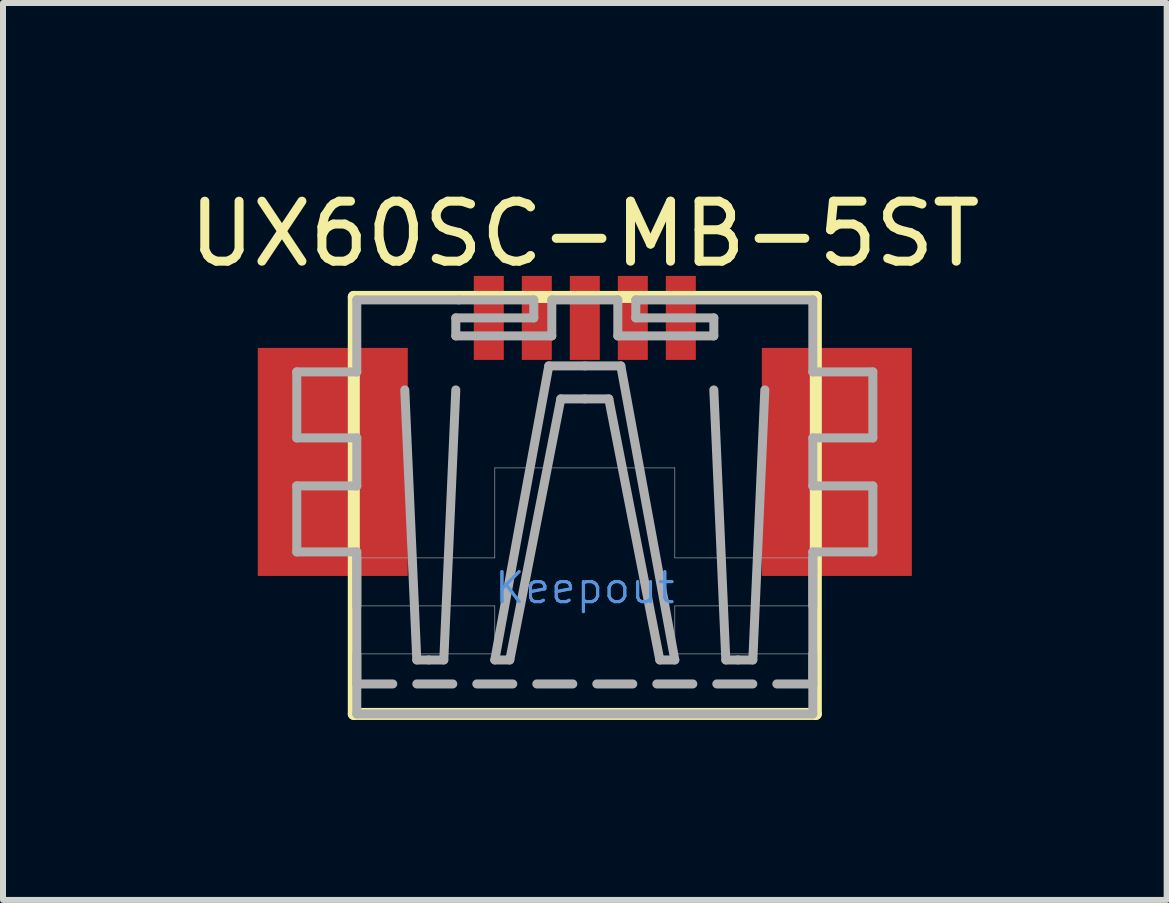
<source format=kicad_pcb>
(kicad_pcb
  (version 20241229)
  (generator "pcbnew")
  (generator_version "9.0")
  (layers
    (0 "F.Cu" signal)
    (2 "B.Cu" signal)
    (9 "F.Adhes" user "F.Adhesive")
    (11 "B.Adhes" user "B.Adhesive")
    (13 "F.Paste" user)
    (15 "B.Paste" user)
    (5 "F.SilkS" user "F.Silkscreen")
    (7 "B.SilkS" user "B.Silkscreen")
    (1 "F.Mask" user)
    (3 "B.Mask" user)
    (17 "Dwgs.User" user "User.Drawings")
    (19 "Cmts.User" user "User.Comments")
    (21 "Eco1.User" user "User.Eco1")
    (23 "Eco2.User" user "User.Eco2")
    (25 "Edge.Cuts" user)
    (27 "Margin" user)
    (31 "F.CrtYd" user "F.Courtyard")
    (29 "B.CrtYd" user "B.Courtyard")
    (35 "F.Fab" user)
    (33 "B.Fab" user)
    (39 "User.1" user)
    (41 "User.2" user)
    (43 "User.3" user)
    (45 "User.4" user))
  (footprint "UX60SC-MB-5ST"
    (layer "F.Cu")
    (at 6.696 8.348)
    (property "Reference" "UX60SC-MB-5ST" (at 0 -7.5 0) (layer "F.SilkS") (effects (font (size 1 1) (thickness 0.15))))
    (attr through_hole)
    (fp_line (start -3.85 -6.45) (end -3.85 0.5) (stroke (width 0.2) (type solid)) (layer "F.SilkS"))
    (fp_line (start -3.85 0.5) (end 3.85 0.5) (stroke (width 0.2) (type solid)) (layer "F.SilkS"))
    (fp_line (start 3.85 -6.45) (end -3.85 -6.45) (stroke (width 0.2) (type solid)) (layer "F.SilkS"))
    (fp_line (start 3.85 0.5) (end 3.85 -6.45) (stroke (width 0.2) (type solid)) (layer "F.SilkS"))
    (fp_line (start -4.8 -5.2) (end -4.8 -4.1) (stroke (width 0.15) (type solid)) (layer "F.Fab"))
    (fp_line (start -4.8 -4.1) (end -3.8 -4.1) (stroke (width 0.15) (type solid)) (layer "F.Fab"))
    (fp_line (start -4.8 -3.3) (end -4.8 -2.2) (stroke (width 0.15) (type solid)) (layer "F.Fab"))
    (fp_line (start -4.8 -2.2) (end -3.8 -2.2) (stroke (width 0.15) (type solid)) (layer "F.Fab"))
    (fp_line (start -3.8 -6.4) (end -3.8 -5.2) (stroke (width 0.15) (type solid)) (layer "F.Fab"))
    (fp_line (start -3.8 -6.4) (end -2.1 -6.4) (stroke (width 0.15) (type solid)) (layer "F.Fab"))
    (fp_line (start -3.8 -5.2) (end -4.8 -5.2) (stroke (width 0.15) (type solid)) (layer "F.Fab"))
    (fp_line (start -3.8 -4.1) (end -3.8 -3.3) (stroke (width 0.15) (type solid)) (layer "F.Fab"))
    (fp_line (start -3.8 -3.3) (end -4.8 -3.3) (stroke (width 0.15) (type solid)) (layer "F.Fab"))
    (fp_line (start -3.8 -2.2) (end -3.8 0.5) (stroke (width 0.15) (type solid)) (layer "F.Fab"))
    (fp_line (start -3.8 -2.1) (end -3.8 -1.3) (stroke (width 0.15) (type solid)) (layer "F.Fab"))
    (fp_line (start -3.8 -1.3) (end -1.5 -1.3) (stroke (width 0.01) (type solid)) (layer "F.Fab"))
    (fp_line (start -3.8 -0.5) (end -3.8 0) (stroke (width 0.15) (type solid)) (layer "F.Fab"))
    (fp_line (start -3.8 0) (end -3.2 0) (stroke (width 0.15) (type solid)) (layer "F.Fab"))
    (fp_line (start -3.8 0.5) (end 3.8 0.5) (stroke (width 0.15) (type solid)) (layer "F.Fab"))
    (fp_line (start -3 -4.9) (end -2.8 -0.4) (stroke (width 0.15) (type solid)) (layer "F.Fab"))
    (fp_line (start -2.8 -0.4) (end -2.6 -0.4) (stroke (width 0.15) (type solid)) (layer "F.Fab"))
    (fp_line (start -2.8 0) (end -2.2 0) (stroke (width 0.15) (type solid)) (layer "F.Fab"))
    (fp_line (start -2.35 -0.4) (end -2.6 -0.4) (stroke (width 0.15) (type solid)) (layer "F.Fab"))
    (fp_line (start -2.15 -6.1) (end -2.15 -5.8) (stroke (width 0.15) (type solid)) (layer "F.Fab"))
    (fp_line (start -2.15 -5.8) (end -0.55 -5.8) (stroke (width 0.15) (type solid)) (layer "F.Fab"))
    (fp_line (start -2.15 -4.9) (end -2.35 -0.4) (stroke (width 0.15) (type solid)) (layer "F.Fab"))
    (fp_line (start -2.1 -6.4) (end -0.85 -6.4) (stroke (width 0.15) (type solid)) (layer "F.Fab"))
    (fp_line (start -1.8 0) (end -1.2 0) (stroke (width 0.15) (type solid)) (layer "F.Fab"))
    (fp_line (start -1.5 -3.6) (end 1.5 -3.6) (stroke (width 0.01) (type solid)) (layer "F.Fab"))
    (fp_line (start -1.5 -2.1) (end -3.8 -2.1) (stroke (width 0.01) (type solid)) (layer "F.Fab"))
    (fp_line (start -1.5 -2.1) (end -1.5 -3.6) (stroke (width 0.01) (type solid)) (layer "F.Fab"))
    (fp_line (start -1.5 -1.3) (end -1.5 -0.5) (stroke (width 0.01) (type solid)) (layer "F.Fab"))
    (fp_line (start -1.5 -0.5) (end -3.8 -0.5) (stroke (width 0.01) (type solid)) (layer "F.Fab"))
    (fp_line (start -1.5 -0.4) (end -1.25 -0.4) (stroke (width 0.15) (type solid)) (layer "F.Fab"))
    (fp_line (start -1.25 -0.4) (end -0.4 -4.75) (stroke (width 0.15) (type solid)) (layer "F.Fab"))
    (fp_line (start -0.85 -6.4) (end -0.85 -6.1) (stroke (width 0.15) (type solid)) (layer "F.Fab"))
    (fp_line (start -0.85 -6.1) (end -2.15 -6.1) (stroke (width 0.15) (type solid)) (layer "F.Fab"))
    (fp_line (start -0.8 0) (end -0.2 0) (stroke (width 0.15) (type solid)) (layer "F.Fab"))
    (fp_line (start -0.6 -5.3) (end -1.5 -0.4) (stroke (width 0.15) (type solid)) (layer "F.Fab"))
    (fp_line (start -0.55 -6.4) (end 0.55 -6.4) (stroke (width 0.15) (type solid)) (layer "F.Fab"))
    (fp_line (start -0.55 -5.8) (end -0.55 -6.4) (stroke (width 0.15) (type solid)) (layer "F.Fab"))
    (fp_line (start -0.4 -4.75) (end 0 -4.75) (stroke (width 0.15) (type solid)) (layer "F.Fab"))
    (fp_line (start 0 -5.3) (end -0.6 -5.3) (stroke (width 0.15) (type solid)) (layer "F.Fab"))
    (fp_line (start 0 -5.3) (end 0.6 -5.3) (stroke (width 0.15) (type solid)) (layer "F.Fab"))
    (fp_line (start 0.2 0) (end 0.8 0) (stroke (width 0.15) (type solid)) (layer "F.Fab"))
    (fp_line (start 0.4 -4.75) (end 0 -4.75) (stroke (width 0.15) (type solid)) (layer "F.Fab"))
    (fp_line (start 0.55 -6.4) (end 0.55 -5.8) (stroke (width 0.15) (type solid)) (layer "F.Fab"))
    (fp_line (start 0.55 -5.8) (end 2.15 -5.8) (stroke (width 0.15) (type solid)) (layer "F.Fab"))
    (fp_line (start 0.6 -5.3) (end 1.5 -0.4) (stroke (width 0.15) (type solid)) (layer "F.Fab"))
    (fp_line (start 0.85 -6.4) (end 3.8 -6.4) (stroke (width 0.15) (type solid)) (layer "F.Fab"))
    (fp_line (start 0.85 -6.1) (end 0.85 -6.4) (stroke (width 0.15) (type solid)) (layer "F.Fab"))
    (fp_line (start 1.2 0) (end 1.8 0) (stroke (width 0.15) (type solid)) (layer "F.Fab"))
    (fp_line (start 1.25 -0.4) (end 0.4 -4.75) (stroke (width 0.15) (type solid)) (layer "F.Fab"))
    (fp_line (start 1.5 -3.6) (end 1.5 -2.1) (stroke (width 0.01) (type solid)) (layer "F.Fab"))
    (fp_line (start 1.5 -2.1) (end 3.8 -2.1) (stroke (width 0.01) (type solid)) (layer "F.Fab"))
    (fp_line (start 1.5 -1.3) (end 3.8 -1.3) (stroke (width 0.01) (type solid)) (layer "F.Fab"))
    (fp_line (start 1.5 -0.5) (end 1.5 -1.3) (stroke (width 0.01) (type solid)) (layer "F.Fab"))
    (fp_line (start 1.5 -0.4) (end 1.25 -0.4) (stroke (width 0.15) (type solid)) (layer "F.Fab"))
    (fp_line (start 2.15 -6.1) (end 0.85 -6.1) (stroke (width 0.15) (type solid)) (layer "F.Fab"))
    (fp_line (start 2.15 -5.8) (end 2.15 -6.1) (stroke (width 0.15) (type solid)) (layer "F.Fab"))
    (fp_line (start 2.15 -4.9) (end 2.35 -0.4) (stroke (width 0.15) (type solid)) (layer "F.Fab"))
    (fp_line (start 2.2 0) (end 2.8 0) (stroke (width 0.15) (type solid)) (layer "F.Fab"))
    (fp_line (start 2.35 -0.4) (end 2.55 -0.4) (stroke (width 0.15) (type solid)) (layer "F.Fab"))
    (fp_line (start 2.8 -0.4) (end 2.55 -0.4) (stroke (width 0.15) (type solid)) (layer "F.Fab"))
    (fp_line (start 3 -4.9) (end 2.8 -0.4) (stroke (width 0.15) (type solid)) (layer "F.Fab"))
    (fp_line (start 3.2 0) (end 3.8 0) (stroke (width 0.15) (type solid)) (layer "F.Fab"))
    (fp_line (start 3.8 -5.2) (end 3.8 -6.4) (stroke (width 0.15) (type solid)) (layer "F.Fab"))
    (fp_line (start 3.8 -4.1) (end 3.8 -3.3) (stroke (width 0.15) (type solid)) (layer "F.Fab"))
    (fp_line (start 3.8 -4.1) (end 4.8 -4.1) (stroke (width 0.15) (type solid)) (layer "F.Fab"))
    (fp_line (start 3.8 -2.2) (end 4.8 -2.2) (stroke (width 0.15) (type solid)) (layer "F.Fab"))
    (fp_line (start 3.8 -1.3) (end 3.8 -2.1) (stroke (width 0.15) (type solid)) (layer "F.Fab"))
    (fp_line (start 3.8 -0.5) (end 1.5 -0.5) (stroke (width 0.01) (type solid)) (layer "F.Fab"))
    (fp_line (start 3.8 0) (end 3.8 -0.5) (stroke (width 0.15) (type solid)) (layer "F.Fab"))
    (fp_line (start 3.8 0.5) (end 3.8 -2.2) (stroke (width 0.15) (type solid)) (layer "F.Fab"))
    (fp_line (start 4.8 -5.2) (end 3.8 -5.2) (stroke (width 0.15) (type solid)) (layer "F.Fab"))
    (fp_line (start 4.8 -5.2) (end 4.8 -4.1) (stroke (width 0.15) (type solid)) (layer "F.Fab"))
    (fp_line (start 4.8 -3.3) (end 3.8 -3.3) (stroke (width 0.15) (type solid)) (layer "F.Fab"))
    (fp_line (start 4.8 -3.3) (end 4.8 -2.2) (stroke (width 0.15) (type solid)) (layer "F.Fab"))
    (fp_text user "Keepout" (at 0 -1.6 0) (layer "Cmts.User") (effects (font (size 0.5 0.5) (thickness 0.05))))
    (fp_text user "Keepout" (at 0 -1.6 0) (layer "Cmts.User") (effects (font (size 0.5 0.5) (thickness 0.05))))
    (pad "1" smd rect (at -1.6 -6.1) (size 0.5 1.4) (layers "F.Cu" "F.Mask" "F.Paste"))
    (pad "2" smd rect (at -0.8 -6.1) (size 0.5 1.4) (layers "F.Cu" "F.Mask" "F.Paste"))
    (pad "3" smd rect (at 0 -6.1) (size 0.5 1.4) (layers "F.Cu" "F.Mask" "F.Paste"))
    (pad "4" smd rect (at 0.8 -6.1) (size 0.5 1.4) (layers "F.Cu" "F.Mask" "F.Paste"))
    (pad "5" smd rect (at 1.6 -6.1) (size 0.5 1.4) (layers "F.Cu" "F.Mask" "F.Paste"))
    (pad "SH" smd rect (at -4.2 -3.7) (size 2.5 3.8) (layers "F.Cu" "F.Mask" "F.Paste"))
    (pad "SH2" smd rect (at 4.2 -3.7) (size 2.5 3.8) (layers "F.Cu" "F.Mask" "F.Paste")))
  (gr_rect
    (start -3 -3)
    (end 16.393 11.948)
    (stroke (width 0.1) (type default))
    (fill no)
    (layer "Edge.Cuts")))
</source>
